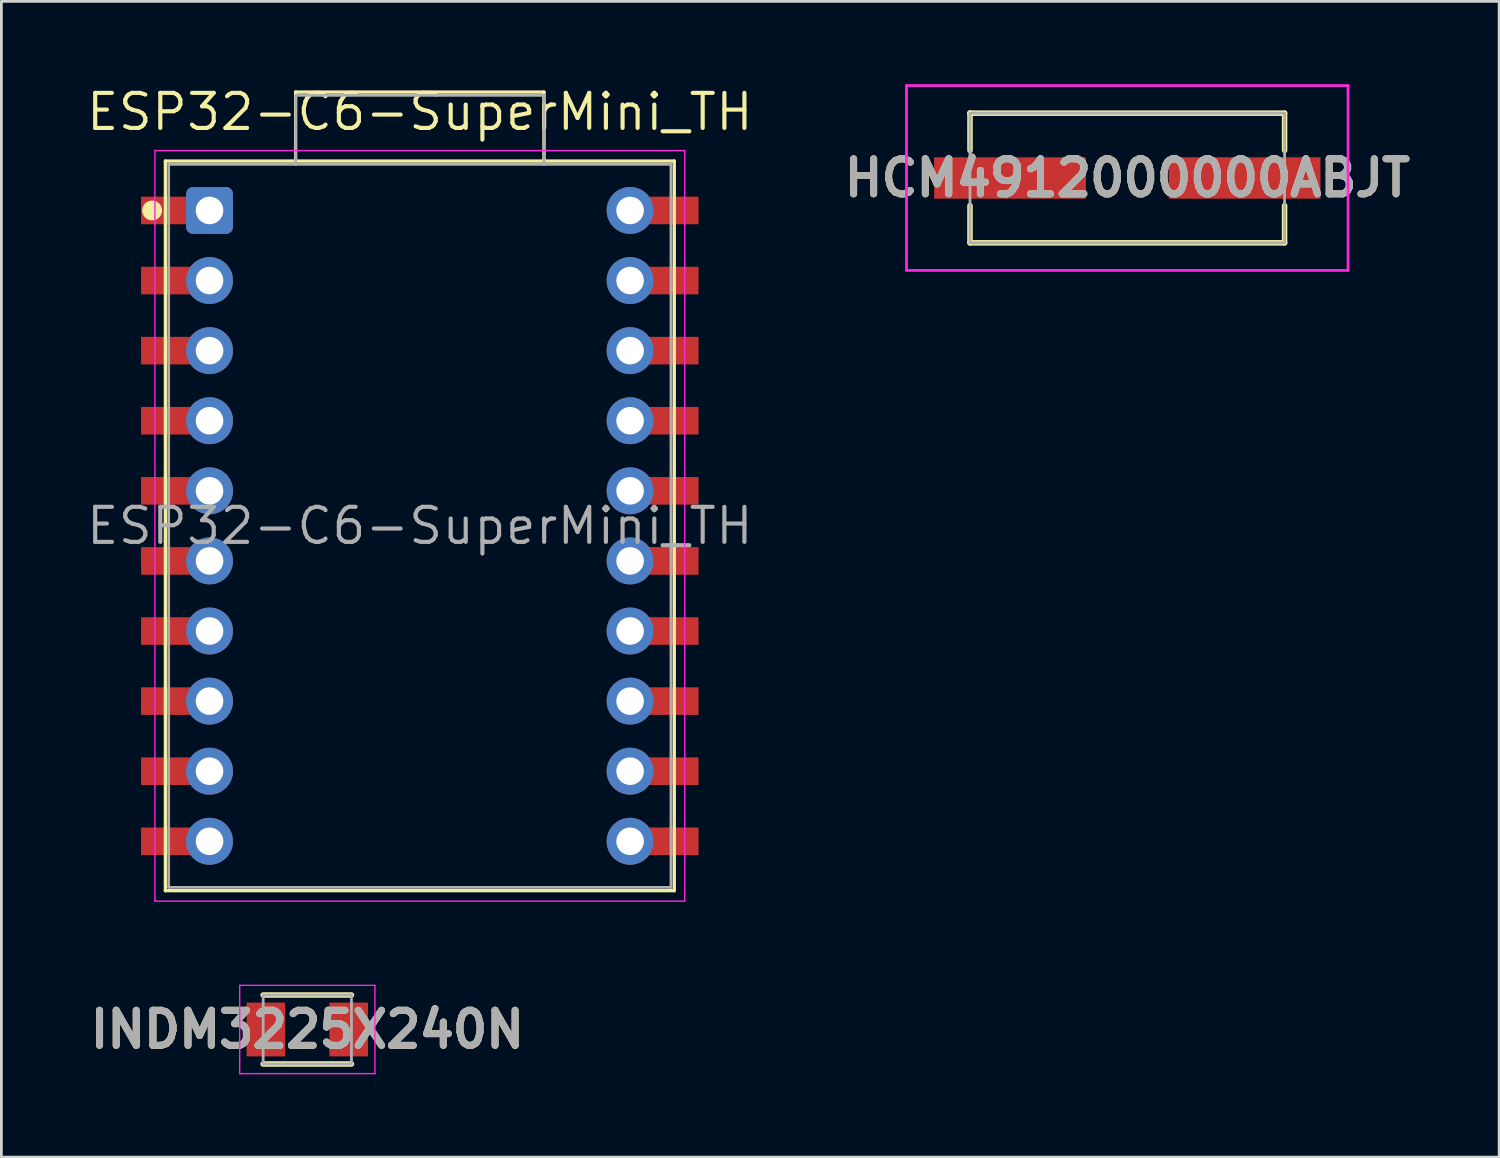
<source format=kicad_pcb>
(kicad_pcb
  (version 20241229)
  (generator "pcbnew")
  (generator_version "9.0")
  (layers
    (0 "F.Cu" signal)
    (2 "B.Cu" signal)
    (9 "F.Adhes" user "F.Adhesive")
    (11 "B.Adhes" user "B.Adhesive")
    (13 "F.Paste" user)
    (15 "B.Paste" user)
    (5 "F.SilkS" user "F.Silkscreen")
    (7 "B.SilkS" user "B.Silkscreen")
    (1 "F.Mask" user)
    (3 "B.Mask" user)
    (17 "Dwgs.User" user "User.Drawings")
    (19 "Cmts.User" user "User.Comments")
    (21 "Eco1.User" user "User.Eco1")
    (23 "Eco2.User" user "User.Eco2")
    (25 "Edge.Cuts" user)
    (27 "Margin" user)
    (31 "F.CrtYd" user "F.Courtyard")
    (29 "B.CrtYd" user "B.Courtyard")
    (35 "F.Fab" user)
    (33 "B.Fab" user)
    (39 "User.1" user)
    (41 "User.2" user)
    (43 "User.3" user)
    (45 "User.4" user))
  (footprint "HCM4912000000ABJT"
    (layer "F.Cu")
    (at 37.8 3.4)
    (property "Reference" "HCM4912000000ABJT" (at 0 0 0) (layer "F.SilkS") (effects (font (size 1.27 1.27) (thickness 0.254))))
    (attr smd)
    (fp_line (start -5.7 -2.35) (end -5.7 -2.35) (stroke (width 0.2) (type solid)) (layer "F.SilkS"))
    (fp_line (start -5.7 -2.35) (end 5.7 -2.35) (stroke (width 0.2) (type solid)) (layer "F.SilkS"))
    (fp_line (start -5.7 -1) (end -5.7 -2.35) (stroke (width 0.2) (type solid)) (layer "F.SilkS"))
    (fp_line (start -5.7 1) (end -5.7 2.35) (stroke (width 0.2) (type solid)) (layer "F.SilkS"))
    (fp_line (start -5.7 2.35) (end 5.7 2.35) (stroke (width 0.2) (type solid)) (layer "F.SilkS"))
    (fp_line (start 5.7 -2.35) (end 5.7 -1) (stroke (width 0.2) (type solid)) (layer "F.SilkS"))
    (fp_line (start 5.7 2.35) (end 5.7 1) (stroke (width 0.2) (type solid)) (layer "F.SilkS"))
    (fp_line (start -8 -3.35) (end 8 -3.35) (stroke (width 0.1) (type solid)) (layer "F.CrtYd"))
    (fp_line (start -8 3.35) (end -8 -3.35) (stroke (width 0.1) (type solid)) (layer "F.CrtYd"))
    (fp_line (start 8 -3.35) (end 8 3.35) (stroke (width 0.1) (type solid)) (layer "F.CrtYd"))
    (fp_line (start 8 3.35) (end -8 3.35) (stroke (width 0.1) (type solid)) (layer "F.CrtYd"))
    (fp_line (start -5.7 -2.35) (end 5.7 -2.35) (stroke (width 0.1) (type solid)) (layer "F.Fab"))
    (fp_line (start -5.7 2.35) (end -5.7 -2.35) (stroke (width 0.1) (type solid)) (layer "F.Fab"))
    (fp_line (start 5.7 -2.35) (end 5.7 2.35) (stroke (width 0.1) (type solid)) (layer "F.Fab"))
    (fp_line (start 5.7 2.35) (end -5.7 2.35) (stroke (width 0.1) (type solid)) (layer "F.Fab"))
    (fp_text user "${REFERENCE}" (at 0 0 0) (layer "F.Fab") (effects (font (size 1.27 1.27) (thickness 0.254))))
    (pad "1" smd rect (at -4.25 0 90) (size 1.5 5.5) (layers "F.Cu" "F.Mask" "F.Paste"))
    (pad "2" smd rect (at 4.25 0 90) (size 1.5 5.5) (layers "F.Cu" "F.Mask" "F.Paste")))
  (footprint "ESP32-C6-SuperMini_TH"
    (layer "F.Cu")
    (at 12.163 16.006)
    (property "Reference" "ESP32-C6-SuperMini_TH" (at 0 -15 0) (layer "F.SilkS") (effects (font (size 1.27 1.27) (thickness 0.15))))
    (attr through_hole)
    (fp_line (start -9.22 -13.22) (end 9.22 -13.22) (stroke (width 0.12) (type solid)) (layer "F.SilkS"))
    (fp_line (start -9.22 13.22) (end -9.22 -13.22) (stroke (width 0.12) (type solid)) (layer "F.SilkS"))
    (fp_line (start -4.5 -15.72) (end 4.5 -15.72) (stroke (width 0.12) (type solid)) (layer "F.SilkS"))
    (fp_line (start -4.5 -13.22) (end -4.5 -15.72) (stroke (width 0.12) (type solid)) (layer "F.SilkS"))
    (fp_line (start 4.5 -15.72) (end 4.5 -13.22) (stroke (width 0.12) (type solid)) (layer "F.SilkS"))
    (fp_line (start 9.22 -13.22) (end 9.22 13.22) (stroke (width 0.12) (type solid)) (layer "F.SilkS"))
    (fp_line (start 9.22 13.22) (end -9.22 13.22) (stroke (width 0.12) (type solid)) (layer "F.SilkS"))
    (fp_circle (center -9.7 -11.43) (end -9.4 -11.43) (stroke (width 0.12) (type solid)) (fill yes) (layer "F.SilkS"))
    (fp_line (start -9.6 -13.6) (end 9.6 -13.6) (stroke (width 0.05) (type solid)) (layer "F.CrtYd"))
    (fp_line (start -9.6 13.6) (end -9.6 -13.6) (stroke (width 0.05) (type solid)) (layer "F.CrtYd"))
    (fp_line (start 9.6 -13.6) (end 9.6 13.6) (stroke (width 0.05) (type solid)) (layer "F.CrtYd"))
    (fp_line (start 9.6 13.6) (end -9.6 13.6) (stroke (width 0.05) (type solid)) (layer "F.CrtYd"))
    (fp_line (start -9.1 -13.1) (end 9.1 -13.1) (stroke (width 0.1) (type solid)) (layer "F.Fab"))
    (fp_line (start -9.1 13.1) (end -9.1 -13.1) (stroke (width 0.1) (type solid)) (layer "F.Fab"))
    (fp_line (start -4.5 -15.6) (end 4.5 -15.6) (stroke (width 0.1) (type solid)) (layer "F.Fab"))
    (fp_line (start -4.5 -13.1) (end -4.5 -15.6) (stroke (width 0.1) (type solid)) (layer "F.Fab"))
    (fp_line (start 4.5 -15.6) (end 4.5 -13.1) (stroke (width 0.1) (type solid)) (layer "F.Fab"))
    (fp_line (start 9.1 -13.1) (end 9.1 13.1) (stroke (width 0.1) (type solid)) (layer "F.Fab"))
    (fp_line (start 9.1 13.1) (end -9.1 13.1) (stroke (width 0.1) (type solid)) (layer "F.Fab"))
    (fp_text user "${REFERENCE}" (at 0 0 0) (layer "F.Fab") (effects (font (size 1.27 1.27) (thickness 0.15))))
    (pad "1" smd rect (at -9.1 -11.43) (size 2 1) (layers "F.Cu" "F.Mask" "F.Paste"))
    (pad "1" thru_hole roundrect (at -7.62 -11.43) (size 1.7 1.7) (drill 1) (layers "*.Cu" "*.Mask") (roundrect_rratio 0.147))
    (pad "2" smd rect (at -9.1 -8.89) (size 2 1) (layers "F.Cu" "F.Mask" "F.Paste"))
    (pad "2" thru_hole oval (at -7.62 -8.89) (size 1.7 1.7) (drill 1) (layers "*.Cu" "*.Mask"))
    (pad "3" smd rect (at -9.1 -6.35) (size 2 1) (layers "F.Cu" "F.Mask" "F.Paste"))
    (pad "3" thru_hole oval (at -7.62 -6.35) (size 1.7 1.7) (drill 1) (layers "*.Cu" "*.Mask"))
    (pad "4" smd rect (at -9.1 -3.81) (size 2 1) (layers "F.Cu" "F.Mask" "F.Paste"))
    (pad "4" thru_hole oval (at -7.62 -3.81) (size 1.7 1.7) (drill 1) (layers "*.Cu" "*.Mask"))
    (pad "5" smd rect (at -9.1 -1.27) (size 2 1) (layers "F.Cu" "F.Mask" "F.Paste"))
    (pad "5" thru_hole oval (at -7.62 -1.27) (size 1.7 1.7) (drill 1) (layers "*.Cu" "*.Mask"))
    (pad "6" smd rect (at -9.1 1.27) (size 2 1) (layers "F.Cu" "F.Mask" "F.Paste"))
    (pad "6" thru_hole oval (at -7.62 1.27) (size 1.7 1.7) (drill 1) (layers "*.Cu" "*.Mask"))
    (pad "7" smd rect (at -9.1 3.81) (size 2 1) (layers "F.Cu" "F.Mask" "F.Paste"))
    (pad "7" thru_hole oval (at -7.62 3.81) (size 1.7 1.7) (drill 1) (layers "*.Cu" "*.Mask"))
    (pad "8" smd rect (at -9.1 6.35) (size 2 1) (layers "F.Cu" "F.Mask" "F.Paste"))
    (pad "8" thru_hole oval (at -7.62 6.35) (size 1.7 1.7) (drill 1) (layers "*.Cu" "*.Mask"))
    (pad "9" smd rect (at -9.1 8.89) (size 2 1) (layers "F.Cu" "F.Mask" "F.Paste"))
    (pad "9" thru_hole oval (at -7.62 8.89) (size 1.7 1.7) (drill 1) (layers "*.Cu" "*.Mask"))
    (pad "10" smd rect (at -9.1 11.43) (size 2 1) (layers "F.Cu" "F.Mask" "F.Paste"))
    (pad "10" thru_hole oval (at -7.62 11.43) (size 1.7 1.7) (drill 1) (layers "*.Cu" "*.Mask"))
    (pad "11" thru_hole oval (at 7.62 -11.43) (size 1.7 1.7) (drill 1) (layers "*.Cu" "*.Mask"))
    (pad "11" smd rect (at 9.1 -11.43) (size 2 1) (layers "F.Cu" "F.Mask" "F.Paste"))
    (pad "12" thru_hole oval (at 7.62 -8.89) (size 1.7 1.7) (drill 1) (layers "*.Cu" "*.Mask"))
    (pad "12" smd rect (at 9.1 -8.89) (size 2 1) (layers "F.Cu" "F.Mask" "F.Paste"))
    (pad "13" thru_hole oval (at 7.62 -6.35) (size 1.7 1.7) (drill 1) (layers "*.Cu" "*.Mask"))
    (pad "13" smd rect (at 9.1 -6.35) (size 2 1) (layers "F.Cu" "F.Mask" "F.Paste"))
    (pad "14" thru_hole oval (at 7.62 -3.81) (size 1.7 1.7) (drill 1) (layers "*.Cu" "*.Mask"))
    (pad "14" smd rect (at 9.1 -3.81) (size 2 1) (layers "F.Cu" "F.Mask" "F.Paste"))
    (pad "15" thru_hole oval (at 7.62 -1.27) (size 1.7 1.7) (drill 1) (layers "*.Cu" "*.Mask"))
    (pad "15" smd rect (at 9.1 -1.27) (size 2 1) (layers "F.Cu" "F.Mask" "F.Paste"))
    (pad "16" thru_hole oval (at 7.62 1.27) (size 1.7 1.7) (drill 1) (layers "*.Cu" "*.Mask"))
    (pad "16" smd rect (at 9.1 1.27) (size 2 1) (layers "F.Cu" "F.Mask" "F.Paste"))
    (pad "17" thru_hole oval (at 7.62 3.81) (size 1.7 1.7) (drill 1) (layers "*.Cu" "*.Mask"))
    (pad "17" smd rect (at 9.1 3.81) (size 2 1) (layers "F.Cu" "F.Mask" "F.Paste"))
    (pad "18" thru_hole oval (at 7.62 6.35) (size 1.7 1.7) (drill 1) (layers "*.Cu" "*.Mask"))
    (pad "18" smd rect (at 9.1 6.35) (size 2 1) (layers "F.Cu" "F.Mask" "F.Paste"))
    (pad "19" thru_hole oval (at 7.62 8.89) (size 1.7 1.7) (drill 1) (layers "*.Cu" "*.Mask"))
    (pad "19" smd rect (at 9.1 8.89) (size 2 1) (layers "F.Cu" "F.Mask" "F.Paste"))
    (pad "20" thru_hole oval (at 7.62 11.43) (size 1.7 1.7) (drill 1) (layers "*.Cu" "*.Mask"))
    (pad "20" smd rect (at 9.1 11.43) (size 2 1) (layers "F.Cu" "F.Mask" "F.Paste")))
  (footprint "INDM3225X240N"
    (layer "F.Cu")
    (at 8.086 34.256)
    (property "Reference" "INDM3225X240N" (at 0 0 0) (layer "F.SilkS") (effects (font (size 1.27 1.27) (thickness 0.254))))
    (attr smd)
    (fp_line (start -1.6 1.25) (end 1.6 1.25) (stroke (width 0.2) (type solid)) (layer "F.SilkS"))
    (fp_line (start 1.6 -1.25) (end -1.6 -1.25) (stroke (width 0.2) (type solid)) (layer "F.SilkS"))
    (fp_line (start -2.45 -1.6) (end 2.45 -1.6) (stroke (width 0.05) (type solid)) (layer "F.CrtYd"))
    (fp_line (start -2.45 1.6) (end -2.45 -1.6) (stroke (width 0.05) (type solid)) (layer "F.CrtYd"))
    (fp_line (start 2.45 -1.6) (end 2.45 1.6) (stroke (width 0.05) (type solid)) (layer "F.CrtYd"))
    (fp_line (start 2.45 1.6) (end -2.45 1.6) (stroke (width 0.05) (type solid)) (layer "F.CrtYd"))
    (fp_line (start -1.6 -1.25) (end 1.6 -1.25) (stroke (width 0.1) (type solid)) (layer "F.Fab"))
    (fp_line (start -1.6 1.25) (end -1.6 -1.25) (stroke (width 0.1) (type solid)) (layer "F.Fab"))
    (fp_line (start 1.6 -1.25) (end 1.6 1.25) (stroke (width 0.1) (type solid)) (layer "F.Fab"))
    (fp_line (start 1.6 1.25) (end -1.6 1.25) (stroke (width 0.1) (type solid)) (layer "F.Fab"))
    (fp_text user "${REFERENCE}" (at 0 0 0) (layer "F.Fab") (effects (font (size 1.27 1.27) (thickness 0.254))))
    (pad "1" smd rect (at -1.5 0) (size 1.4 1.95) (layers "F.Cu" "F.Mask" "F.Paste"))
    (pad "2" smd rect (at 1.5 0) (size 1.4 1.95) (layers "F.Cu" "F.Mask" "F.Paste")))
  (gr_rect
    (start -3 -3)
    (end 51.275 38.881)
    (stroke (width 0.1) (type default))
    (fill no)
    (layer "Edge.Cuts")))
</source>
